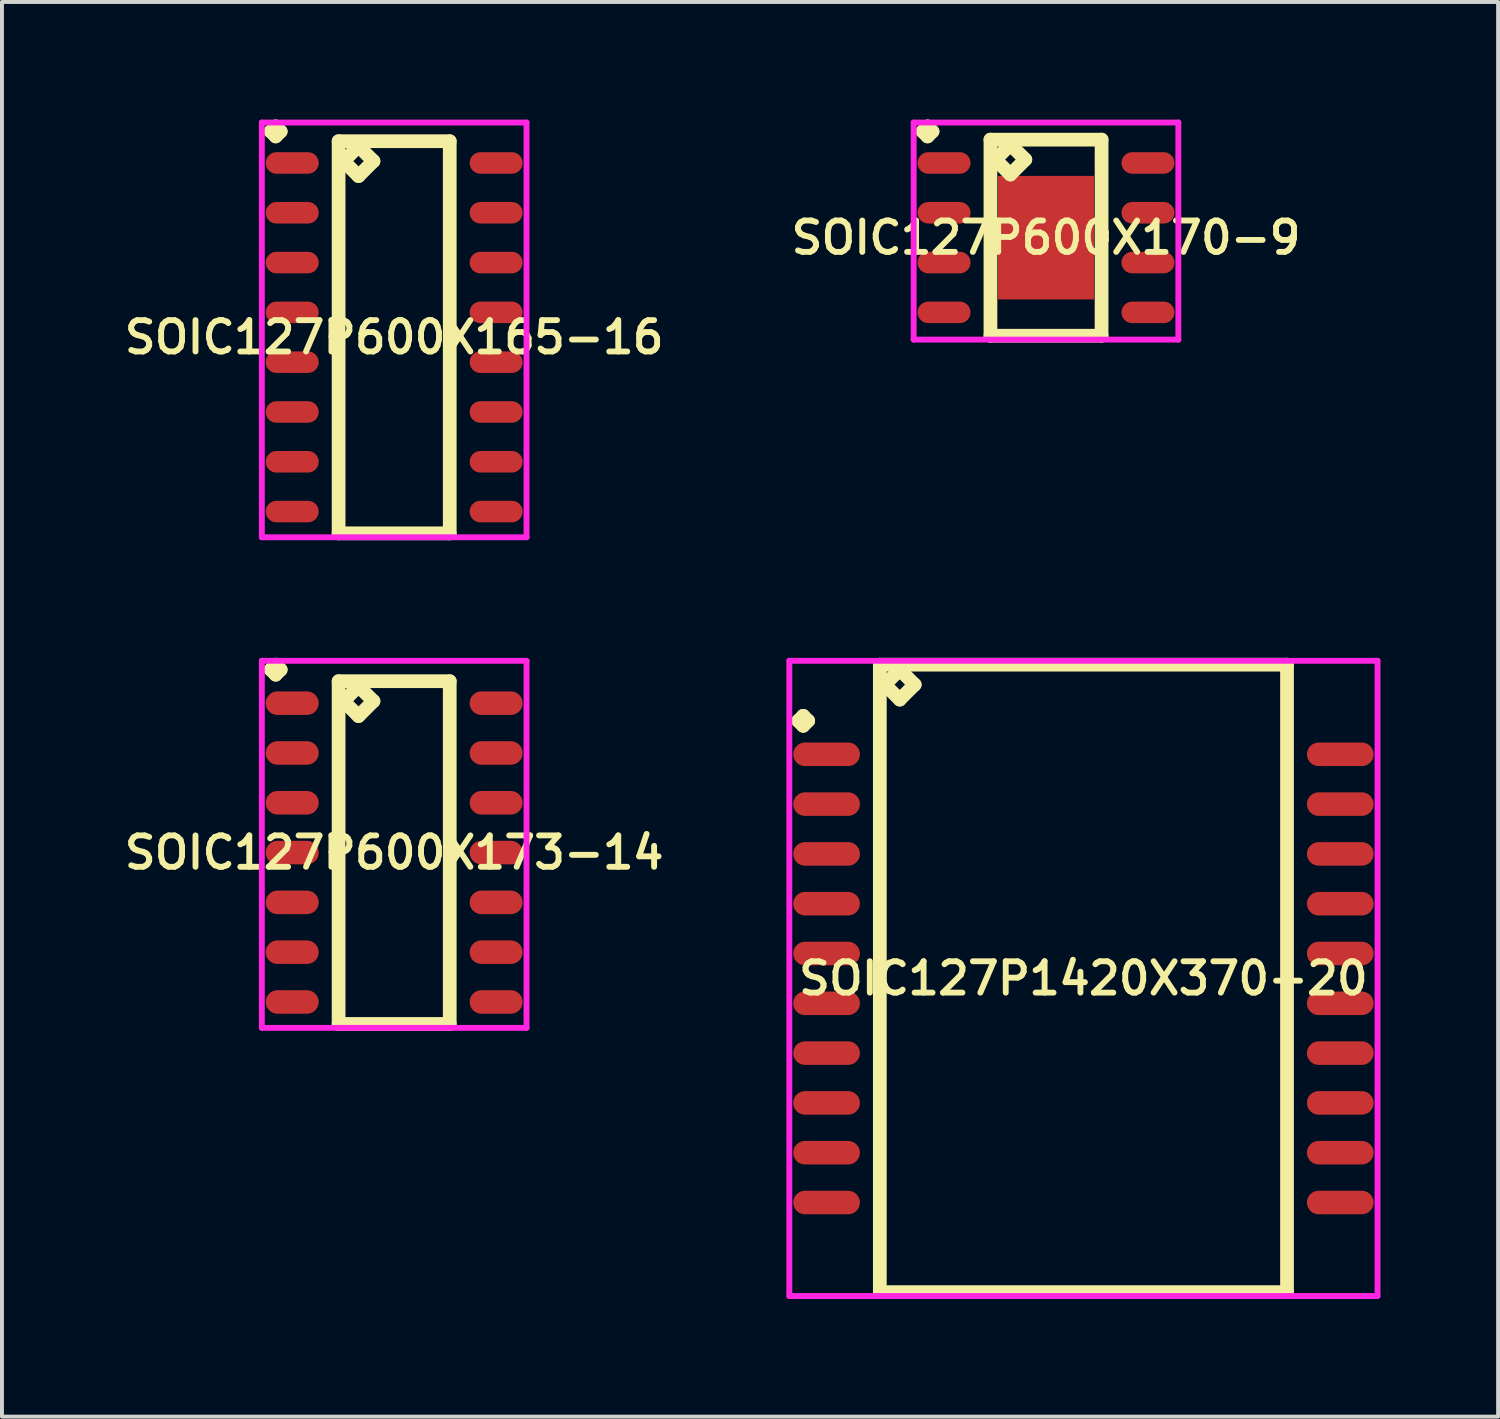
<source format=kicad_pcb>
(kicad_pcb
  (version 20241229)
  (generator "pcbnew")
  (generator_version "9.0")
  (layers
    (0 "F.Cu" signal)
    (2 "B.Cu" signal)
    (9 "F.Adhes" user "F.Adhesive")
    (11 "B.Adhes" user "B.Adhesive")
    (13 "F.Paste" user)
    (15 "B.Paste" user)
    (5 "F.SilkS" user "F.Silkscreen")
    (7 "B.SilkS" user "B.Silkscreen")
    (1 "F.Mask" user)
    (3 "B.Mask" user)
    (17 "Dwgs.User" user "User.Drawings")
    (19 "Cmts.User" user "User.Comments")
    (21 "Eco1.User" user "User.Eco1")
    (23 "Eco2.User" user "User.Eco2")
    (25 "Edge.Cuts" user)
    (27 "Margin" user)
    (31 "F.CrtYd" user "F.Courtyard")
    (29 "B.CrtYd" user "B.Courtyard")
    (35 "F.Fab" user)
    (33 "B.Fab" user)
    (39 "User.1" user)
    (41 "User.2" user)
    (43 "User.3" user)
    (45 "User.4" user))
  (footprint "SOIC127P600X173-14"
    (layer "F.Cu")
    (at 7.002 18.692)
    (property "Reference" "SOIC127P600X173-14" (at 0 0 0) (layer "F.SilkS") (effects (font (size 0.8 0.8) (thickness 0.15))))
    (attr smd)
    (fp_line (start -3.148 -4.664) (end -3.021 -4.791) (stroke (width 0.35) (type solid)) (layer "F.SilkS"))
    (fp_line (start -3.021 -4.791) (end -2.894 -4.664) (stroke (width 0.35) (type solid)) (layer "F.SilkS"))
    (fp_line (start -3.021 -4.537) (end -3.148 -4.664) (stroke (width 0.35) (type solid)) (layer "F.SilkS"))
    (fp_line (start -2.894 -4.664) (end -3.021 -4.537) (stroke (width 0.35) (type solid)) (layer "F.SilkS"))
    (fp_line (start -1.417 -4.37) (end -1.417 4.37) (stroke (width 0.35) (type solid)) (layer "F.SilkS"))
    (fp_line (start -1.417 4.37) (end 1.417 4.37) (stroke (width 0.35) (type solid)) (layer "F.SilkS"))
    (fp_line (start -1.29 -3.862) (end -0.909 -4.243) (stroke (width 0.35) (type solid)) (layer "F.SilkS"))
    (fp_line (start -0.909 -4.243) (end -0.528 -3.862) (stroke (width 0.35) (type solid)) (layer "F.SilkS"))
    (fp_line (start -0.909 -3.481) (end -1.29 -3.862) (stroke (width 0.35) (type solid)) (layer "F.SilkS"))
    (fp_line (start -0.528 -3.862) (end -0.909 -3.481) (stroke (width 0.35) (type solid)) (layer "F.SilkS"))
    (fp_line (start 1.417 -4.37) (end -1.417 -4.37) (stroke (width 0.35) (type solid)) (layer "F.SilkS"))
    (fp_line (start 1.417 4.37) (end 1.417 -4.37) (stroke (width 0.35) (type solid)) (layer "F.SilkS"))
    (fp_line (start -3.375 -4.891) (end 3.375 -4.891) (stroke (width 0.15) (type solid)) (layer "F.CrtYd"))
    (fp_line (start -3.375 4.47) (end -3.375 -4.891) (stroke (width 0.15) (type solid)) (layer "F.CrtYd"))
    (fp_line (start 3.375 -4.891) (end 3.375 4.47) (stroke (width 0.15) (type solid)) (layer "F.CrtYd"))
    (fp_line (start 3.375 4.47) (end -3.375 4.47) (stroke (width 0.15) (type solid)) (layer "F.CrtYd"))
    (pad "1" smd oval (at -2.6 -3.81) (size 1.35 0.6) (layers "F.Cu" "F.Mask" "F.Paste"))
    (pad "2" smd oval (at -2.6 -2.54) (size 1.35 0.6) (layers "F.Cu" "F.Mask" "F.Paste"))
    (pad "3" smd oval (at -2.6 -1.27) (size 1.35 0.6) (layers "F.Cu" "F.Mask" "F.Paste"))
    (pad "4" smd oval (at -2.6 0) (size 1.35 0.6) (layers "F.Cu" "F.Mask" "F.Paste"))
    (pad "5" smd oval (at -2.6 1.27) (size 1.35 0.6) (layers "F.Cu" "F.Mask" "F.Paste"))
    (pad "6" smd oval (at -2.6 2.54) (size 1.35 0.6) (layers "F.Cu" "F.Mask" "F.Paste"))
    (pad "7" smd oval (at -2.6 3.81) (size 1.35 0.6) (layers "F.Cu" "F.Mask" "F.Paste"))
    (pad "8" smd oval (at 2.6 3.81) (size 1.35 0.6) (layers "F.Cu" "F.Mask" "F.Paste"))
    (pad "9" smd oval (at 2.6 2.54) (size 1.35 0.6) (layers "F.Cu" "F.Mask" "F.Paste"))
    (pad "10" smd oval (at 2.6 1.27) (size 1.35 0.6) (layers "F.Cu" "F.Mask" "F.Paste"))
    (pad "11" smd oval (at 2.6 0) (size 1.35 0.6) (layers "F.Cu" "F.Mask" "F.Paste"))
    (pad "12" smd oval (at 2.6 -1.27) (size 1.35 0.6) (layers "F.Cu" "F.Mask" "F.Paste"))
    (pad "13" smd oval (at 2.6 -2.54) (size 1.35 0.6) (layers "F.Cu" "F.Mask" "F.Paste"))
    (pad "14" smd oval (at 2.6 -3.81) (size 1.35 0.6) (layers "F.Cu" "F.Mask" "F.Paste")))
  (footprint "SOIC127P1420X370-20"
    (layer "F.Cu")
    (at 24.579 21.901)
    (property "Reference" "SOIC127P1420X370-20" (at 0 0 0) (layer "F.SilkS") (effects (font (size 0.8 0.8) (thickness 0.15))))
    (attr smd)
    (fp_line (start -7.273 -6.569) (end -7.146 -6.696) (stroke (width 0.35) (type solid)) (layer "F.SilkS"))
    (fp_line (start -7.146 -6.696) (end -7.019 -6.569) (stroke (width 0.35) (type solid)) (layer "F.SilkS"))
    (fp_line (start -7.146 -6.442) (end -7.273 -6.569) (stroke (width 0.35) (type solid)) (layer "F.SilkS"))
    (fp_line (start -7.019 -6.569) (end -7.146 -6.442) (stroke (width 0.35) (type solid)) (layer "F.SilkS"))
    (fp_line (start -5.192 -8) (end -5.192 8) (stroke (width 0.35) (type solid)) (layer "F.SilkS"))
    (fp_line (start -5.192 8) (end 5.192 8) (stroke (width 0.35) (type solid)) (layer "F.SilkS"))
    (fp_line (start -5.065 -7.492) (end -4.684 -7.873) (stroke (width 0.35) (type solid)) (layer "F.SilkS"))
    (fp_line (start -4.684 -7.873) (end -4.303 -7.492) (stroke (width 0.35) (type solid)) (layer "F.SilkS"))
    (fp_line (start -4.684 -7.111) (end -5.065 -7.492) (stroke (width 0.35) (type solid)) (layer "F.SilkS"))
    (fp_line (start -4.303 -7.492) (end -4.684 -7.111) (stroke (width 0.35) (type solid)) (layer "F.SilkS"))
    (fp_line (start 5.192 -8) (end -5.192 -8) (stroke (width 0.35) (type solid)) (layer "F.SilkS"))
    (fp_line (start 5.192 8) (end 5.192 -8) (stroke (width 0.35) (type solid)) (layer "F.SilkS"))
    (fp_line (start -7.5 -8.1) (end 7.5 -8.1) (stroke (width 0.15) (type solid)) (layer "F.CrtYd"))
    (fp_line (start -7.5 8.1) (end -7.5 -8.1) (stroke (width 0.15) (type solid)) (layer "F.CrtYd"))
    (fp_line (start 7.5 -8.1) (end 7.5 8.1) (stroke (width 0.15) (type solid)) (layer "F.CrtYd"))
    (fp_line (start 7.5 8.1) (end -7.5 8.1) (stroke (width 0.15) (type solid)) (layer "F.CrtYd"))
    (pad "1" smd oval (at -6.55 -5.715) (size 1.7 0.6) (layers "F.Cu" "F.Mask" "F.Paste"))
    (pad "2" smd oval (at -6.55 -4.445) (size 1.7 0.6) (layers "F.Cu" "F.Mask" "F.Paste"))
    (pad "3" smd oval (at -6.55 -3.175) (size 1.7 0.6) (layers "F.Cu" "F.Mask" "F.Paste"))
    (pad "4" smd oval (at -6.55 -1.905) (size 1.7 0.6) (layers "F.Cu" "F.Mask" "F.Paste"))
    (pad "5" smd oval (at -6.55 -0.635) (size 1.7 0.6) (layers "F.Cu" "F.Mask" "F.Paste"))
    (pad "6" smd oval (at -6.55 0.635) (size 1.7 0.6) (layers "F.Cu" "F.Mask" "F.Paste"))
    (pad "7" smd oval (at -6.55 1.905) (size 1.7 0.6) (layers "F.Cu" "F.Mask" "F.Paste"))
    (pad "8" smd oval (at -6.55 3.175) (size 1.7 0.6) (layers "F.Cu" "F.Mask" "F.Paste"))
    (pad "9" smd oval (at -6.55 4.445) (size 1.7 0.6) (layers "F.Cu" "F.Mask" "F.Paste"))
    (pad "10" smd oval (at -6.55 5.715) (size 1.7 0.6) (layers "F.Cu" "F.Mask" "F.Paste"))
    (pad "11" smd oval (at 6.55 5.715) (size 1.7 0.6) (layers "F.Cu" "F.Mask" "F.Paste"))
    (pad "12" smd oval (at 6.55 4.445) (size 1.7 0.6) (layers "F.Cu" "F.Mask" "F.Paste"))
    (pad "13" smd oval (at 6.55 3.175) (size 1.7 0.6) (layers "F.Cu" "F.Mask" "F.Paste"))
    (pad "14" smd oval (at 6.55 1.905) (size 1.7 0.6) (layers "F.Cu" "F.Mask" "F.Paste"))
    (pad "15" smd oval (at 6.55 0.635) (size 1.7 0.6) (layers "F.Cu" "F.Mask" "F.Paste"))
    (pad "16" smd oval (at 6.55 -0.635) (size 1.7 0.6) (layers "F.Cu" "F.Mask" "F.Paste"))
    (pad "17" smd oval (at 6.55 -1.905) (size 1.7 0.6) (layers "F.Cu" "F.Mask" "F.Paste"))
    (pad "18" smd oval (at 6.55 -3.175) (size 1.7 0.6) (layers "F.Cu" "F.Mask" "F.Paste"))
    (pad "19" smd oval (at 6.55 -4.445) (size 1.7 0.6) (layers "F.Cu" "F.Mask" "F.Paste"))
    (pad "20" smd oval (at 6.55 -5.715) (size 1.7 0.6) (layers "F.Cu" "F.Mask" "F.Paste")))
  (footprint "SOIC127P600X165-16"
    (layer "F.Cu")
    (at 7.002 5.551)
    (property "Reference" "SOIC127P600X165-16" (at 0 0 0) (layer "F.SilkS") (effects (font (size 0.8 0.8) (thickness 0.15))))
    (attr smd)
    (fp_line (start -3.148 -5.249) (end -3.021 -5.376) (stroke (width 0.35) (type solid)) (layer "F.SilkS"))
    (fp_line (start -3.021 -5.376) (end -2.894 -5.249) (stroke (width 0.35) (type solid)) (layer "F.SilkS"))
    (fp_line (start -3.021 -5.122) (end -3.148 -5.249) (stroke (width 0.35) (type solid)) (layer "F.SilkS"))
    (fp_line (start -2.894 -5.249) (end -3.021 -5.122) (stroke (width 0.35) (type solid)) (layer "F.SilkS"))
    (fp_line (start -1.417 -5) (end -1.417 5) (stroke (width 0.35) (type solid)) (layer "F.SilkS"))
    (fp_line (start -1.417 5) (end 1.417 5) (stroke (width 0.35) (type solid)) (layer "F.SilkS"))
    (fp_line (start -1.29 -4.492) (end -0.909 -4.873) (stroke (width 0.35) (type solid)) (layer "F.SilkS"))
    (fp_line (start -0.909 -4.873) (end -0.528 -4.492) (stroke (width 0.35) (type solid)) (layer "F.SilkS"))
    (fp_line (start -0.909 -4.111) (end -1.29 -4.492) (stroke (width 0.35) (type solid)) (layer "F.SilkS"))
    (fp_line (start -0.528 -4.492) (end -0.909 -4.111) (stroke (width 0.35) (type solid)) (layer "F.SilkS"))
    (fp_line (start 1.417 -5) (end -1.417 -5) (stroke (width 0.35) (type solid)) (layer "F.SilkS"))
    (fp_line (start 1.417 5) (end 1.417 -5) (stroke (width 0.35) (type solid)) (layer "F.SilkS"))
    (fp_line (start -3.375 -5.476) (end 3.375 -5.476) (stroke (width 0.15) (type solid)) (layer "F.CrtYd"))
    (fp_line (start -3.375 5.1) (end -3.375 -5.476) (stroke (width 0.15) (type solid)) (layer "F.CrtYd"))
    (fp_line (start 3.375 -5.476) (end 3.375 5.1) (stroke (width 0.15) (type solid)) (layer "F.CrtYd"))
    (fp_line (start 3.375 5.1) (end -3.375 5.1) (stroke (width 0.15) (type solid)) (layer "F.CrtYd"))
    (pad "1" smd oval (at -2.6 -4.445) (size 1.35 0.55) (layers "F.Cu" "F.Mask" "F.Paste"))
    (pad "2" smd oval (at -2.6 -3.175) (size 1.35 0.55) (layers "F.Cu" "F.Mask" "F.Paste"))
    (pad "3" smd oval (at -2.6 -1.905) (size 1.35 0.55) (layers "F.Cu" "F.Mask" "F.Paste"))
    (pad "4" smd oval (at -2.6 -0.635) (size 1.35 0.55) (layers "F.Cu" "F.Mask" "F.Paste"))
    (pad "5" smd oval (at -2.6 0.635) (size 1.35 0.55) (layers "F.Cu" "F.Mask" "F.Paste"))
    (pad "6" smd oval (at -2.6 1.905) (size 1.35 0.55) (layers "F.Cu" "F.Mask" "F.Paste"))
    (pad "7" smd oval (at -2.6 3.175) (size 1.35 0.55) (layers "F.Cu" "F.Mask" "F.Paste"))
    (pad "8" smd oval (at -2.6 4.445) (size 1.35 0.55) (layers "F.Cu" "F.Mask" "F.Paste"))
    (pad "9" smd oval (at 2.6 4.445) (size 1.35 0.55) (layers "F.Cu" "F.Mask" "F.Paste"))
    (pad "10" smd oval (at 2.6 3.175) (size 1.35 0.55) (layers "F.Cu" "F.Mask" "F.Paste"))
    (pad "11" smd oval (at 2.6 1.905) (size 1.35 0.55) (layers "F.Cu" "F.Mask" "F.Paste"))
    (pad "12" smd oval (at 2.6 0.635) (size 1.35 0.55) (layers "F.Cu" "F.Mask" "F.Paste"))
    (pad "13" smd oval (at 2.6 -0.635) (size 1.35 0.55) (layers "F.Cu" "F.Mask" "F.Paste"))
    (pad "14" smd oval (at 2.6 -1.905) (size 1.35 0.55) (layers "F.Cu" "F.Mask" "F.Paste"))
    (pad "15" smd oval (at 2.6 -3.175) (size 1.35 0.55) (layers "F.Cu" "F.Mask" "F.Paste"))
    (pad "16" smd oval (at 2.6 -4.445) (size 1.35 0.55) (layers "F.Cu" "F.Mask" "F.Paste")))
  (footprint "SOIC127P600X170-9"
    (layer "F.Cu")
    (at 23.625 3.011)
    (property "Reference" "SOIC127P600X170-9" (at 0 0 0) (layer "F.SilkS") (effects (font (size 0.8 0.8) (thickness 0.15))))
    (attr smd)
    (fp_line (start -3.148 -2.709) (end -3.021 -2.836) (stroke (width 0.35) (type solid)) (layer "F.SilkS"))
    (fp_line (start -3.021 -2.836) (end -2.894 -2.709) (stroke (width 0.35) (type solid)) (layer "F.SilkS"))
    (fp_line (start -3.021 -2.582) (end -3.148 -2.709) (stroke (width 0.35) (type solid)) (layer "F.SilkS"))
    (fp_line (start -2.894 -2.709) (end -3.021 -2.582) (stroke (width 0.35) (type solid)) (layer "F.SilkS"))
    (fp_line (start -1.417 -2.5) (end -1.417 2.5) (stroke (width 0.35) (type solid)) (layer "F.SilkS"))
    (fp_line (start -1.417 2.5) (end 1.417 2.5) (stroke (width 0.35) (type solid)) (layer "F.SilkS"))
    (fp_line (start -1.29 -1.992) (end -0.909 -2.373) (stroke (width 0.35) (type solid)) (layer "F.SilkS"))
    (fp_line (start -0.909 -2.373) (end -0.528 -1.992) (stroke (width 0.35) (type solid)) (layer "F.SilkS"))
    (fp_line (start -0.909 -1.611) (end -1.29 -1.992) (stroke (width 0.35) (type solid)) (layer "F.SilkS"))
    (fp_line (start -0.528 -1.992) (end -0.909 -1.611) (stroke (width 0.35) (type solid)) (layer "F.SilkS"))
    (fp_line (start 1.417 -2.5) (end -1.417 -2.5) (stroke (width 0.35) (type solid)) (layer "F.SilkS"))
    (fp_line (start 1.417 2.5) (end 1.417 -2.5) (stroke (width 0.35) (type solid)) (layer "F.SilkS"))
    (fp_line (start -3.375 -2.936) (end 3.375 -2.936) (stroke (width 0.15) (type solid)) (layer "F.CrtYd"))
    (fp_line (start -3.375 2.6) (end -3.375 -2.936) (stroke (width 0.15) (type solid)) (layer "F.CrtYd"))
    (fp_line (start 3.375 -2.936) (end 3.375 2.6) (stroke (width 0.15) (type solid)) (layer "F.CrtYd"))
    (fp_line (start 3.375 2.6) (end -3.375 2.6) (stroke (width 0.15) (type solid)) (layer "F.CrtYd"))
    (pad "1" smd oval (at -2.6 -1.905) (size 1.35 0.55) (layers "F.Cu" "F.Mask" "F.Paste"))
    (pad "2" smd oval (at -2.6 -0.635) (size 1.35 0.55) (layers "F.Cu" "F.Mask" "F.Paste"))
    (pad "3" smd oval (at -2.6 0.635) (size 1.35 0.55) (layers "F.Cu" "F.Mask" "F.Paste"))
    (pad "4" smd oval (at -2.6 1.905) (size 1.35 0.55) (layers "F.Cu" "F.Mask" "F.Paste"))
    (pad "5" smd oval (at 2.6 1.905) (size 1.35 0.55) (layers "F.Cu" "F.Mask" "F.Paste"))
    (pad "6" smd oval (at 2.6 0.635) (size 1.35 0.55) (layers "F.Cu" "F.Mask" "F.Paste"))
    (pad "7" smd oval (at 2.6 -0.635) (size 1.35 0.55) (layers "F.Cu" "F.Mask" "F.Paste"))
    (pad "8" smd oval (at 2.6 -1.905) (size 1.35 0.55) (layers "F.Cu" "F.Mask" "F.Paste"))
    (pad "9" smd rect (at 0 0) (size 2.45 3.15) (layers "F.Cu" "F.Mask" "F.Paste")))
  (gr_rect
    (start -3 -3)
    (end 35.154 33.076)
    (stroke (width 0.1) (type default))
    (fill no)
    (layer "Edge.Cuts")))
</source>
